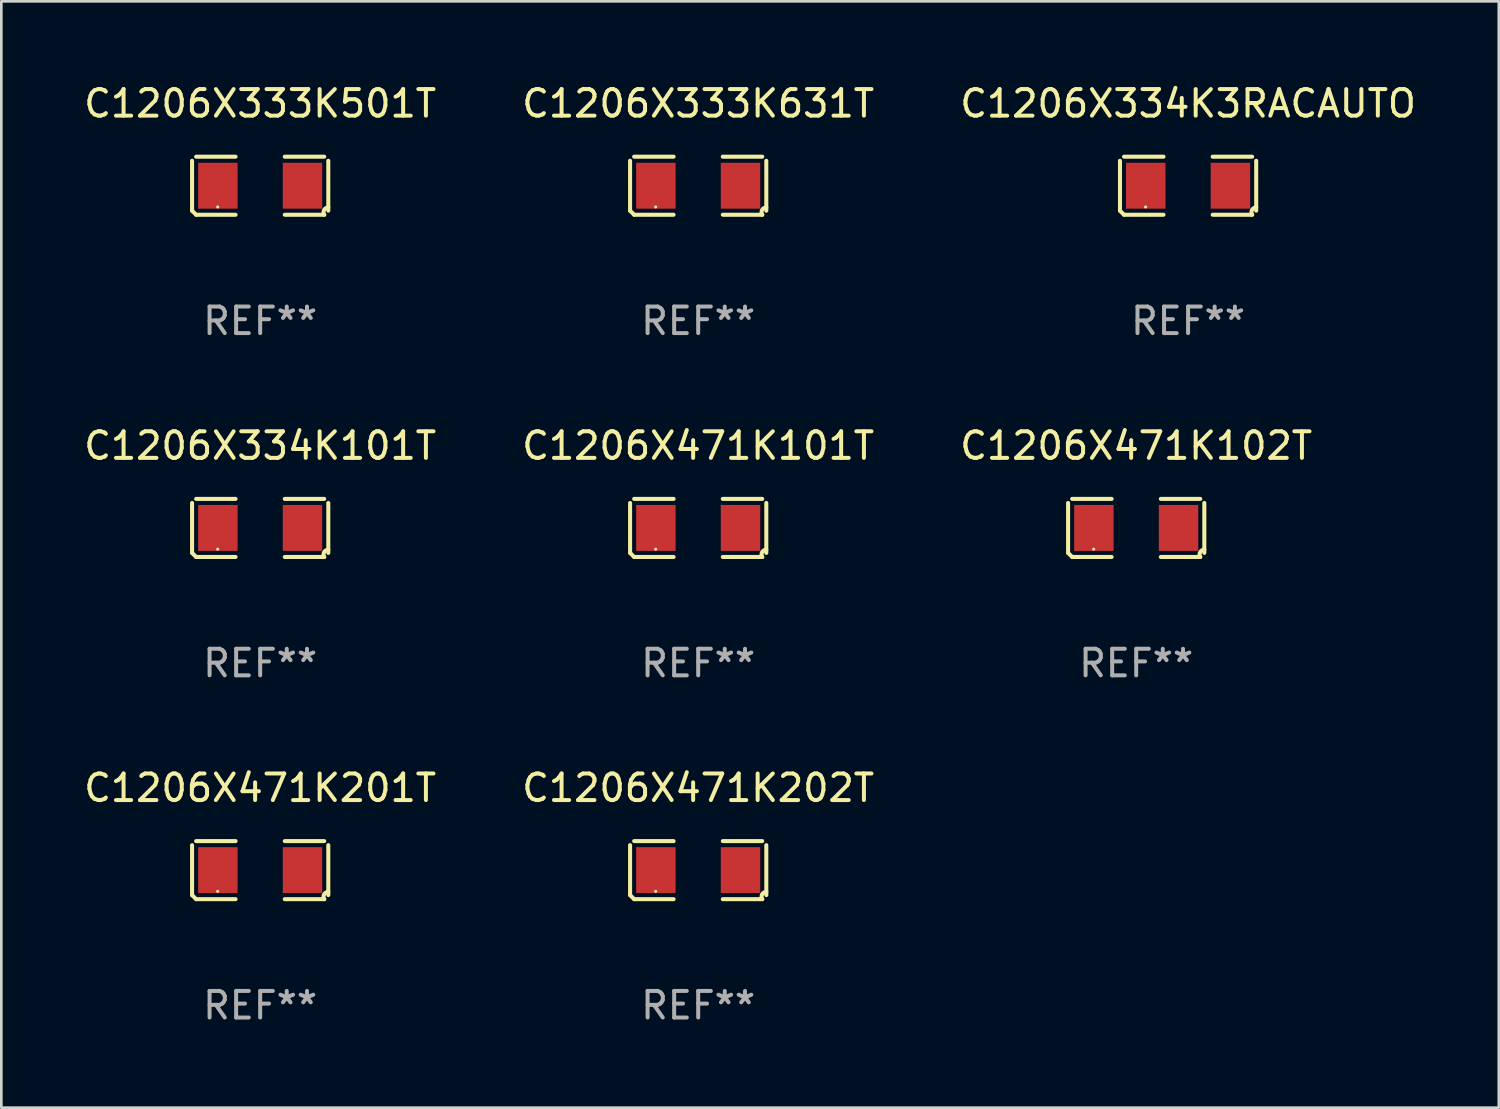
<source format=kicad_pcb>
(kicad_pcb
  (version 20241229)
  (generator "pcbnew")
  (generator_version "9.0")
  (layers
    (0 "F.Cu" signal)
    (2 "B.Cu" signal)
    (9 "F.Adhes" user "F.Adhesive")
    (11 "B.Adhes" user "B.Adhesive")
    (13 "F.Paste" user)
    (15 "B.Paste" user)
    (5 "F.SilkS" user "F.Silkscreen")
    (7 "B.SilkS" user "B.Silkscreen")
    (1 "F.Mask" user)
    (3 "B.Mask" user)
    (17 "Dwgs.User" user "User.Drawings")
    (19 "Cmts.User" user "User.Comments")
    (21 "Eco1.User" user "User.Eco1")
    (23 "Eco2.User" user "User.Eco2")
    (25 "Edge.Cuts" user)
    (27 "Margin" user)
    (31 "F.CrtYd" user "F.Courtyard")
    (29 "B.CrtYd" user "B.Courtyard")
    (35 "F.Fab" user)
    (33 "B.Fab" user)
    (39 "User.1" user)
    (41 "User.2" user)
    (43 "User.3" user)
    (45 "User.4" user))
  (footprint "C1206X471K101T"
    (layer "F.Cu")
    (at 23.232 16.823)
    (property "Reference" "C1206X471K101T" (at 0 -3.093 0) (layer "F.SilkS") (effects (font (size 1 1) (thickness 0.15))))
    (attr through_hole)
    (fp_line (start -2.564 0.94) (end -2.564 -0.94) (stroke (width 0.152) (type solid)) (layer "F.SilkS"))
    (fp_line (start -2.411 -1.093) (end -0.926 -1.093) (stroke (width 0.152) (type solid)) (layer "F.SilkS"))
    (fp_line (start -0.926 1.093) (end -2.411 1.093) (stroke (width 0.152) (type solid)) (layer "F.SilkS"))
    (fp_line (start 0.926 1.093) (end 2.411 1.093) (stroke (width 0.152) (type solid)) (layer "F.SilkS"))
    (fp_line (start 2.411 -1.093) (end 0.926 -1.093) (stroke (width 0.152) (type solid)) (layer "F.SilkS"))
    (fp_line (start 2.564 0.94) (end 2.564 -0.94) (stroke (width 0.152) (type solid)) (layer "F.SilkS"))
    (fp_arc (start -2.411201 1.092609) (mid -2.487413 1.01642) (end -2.563602 0.940208) (stroke (width 0.1524) (type solid)) (layer "F.SilkS"))
    (fp_arc (start 2.411201 1.092609) (mid 2.407159 0.911226) (end 2.563602 0.819347) (stroke (width 0.1524) (type solid)) (layer "F.SilkS"))
    (fp_circle (center -1.6 0.8) (end -1.57 0.8) (stroke (width 0.06) (type solid)) (fill no) (layer "F.SilkS"))
    (fp_text user "REF**" (at 0 5.093 0) (layer "F.Fab") (effects (font (size 1 1) (thickness 0.15))))
    (pad "1" smd rect (at -1.593 0) (size 1.485 1.728) (layers "F.Cu" "F.Mask" "F.Paste"))
    (pad "2" smd rect (at 1.593 0) (size 1.485 1.728) (layers "F.Cu" "F.Mask" "F.Paste")))
  (footprint "C1206X471K202T"
    (layer "F.Cu")
    (at 23.232 29.704)
    (property "Reference" "C1206X471K202T" (at 0 -3.093 0) (layer "F.SilkS") (effects (font (size 1 1) (thickness 0.15))))
    (attr through_hole)
    (fp_line (start -2.564 0.94) (end -2.564 -0.94) (stroke (width 0.152) (type solid)) (layer "F.SilkS"))
    (fp_line (start -2.411 -1.093) (end -0.926 -1.093) (stroke (width 0.152) (type solid)) (layer "F.SilkS"))
    (fp_line (start -0.926 1.093) (end -2.411 1.093) (stroke (width 0.152) (type solid)) (layer "F.SilkS"))
    (fp_line (start 0.926 1.093) (end 2.411 1.093) (stroke (width 0.152) (type solid)) (layer "F.SilkS"))
    (fp_line (start 2.411 -1.093) (end 0.926 -1.093) (stroke (width 0.152) (type solid)) (layer "F.SilkS"))
    (fp_line (start 2.564 0.94) (end 2.564 -0.94) (stroke (width 0.152) (type solid)) (layer "F.SilkS"))
    (fp_arc (start -2.411201 1.092609) (mid -2.487413 1.01642) (end -2.563602 0.940208) (stroke (width 0.1524) (type solid)) (layer "F.SilkS"))
    (fp_arc (start 2.411201 1.092609) (mid 2.407159 0.911226) (end 2.563602 0.819347) (stroke (width 0.1524) (type solid)) (layer "F.SilkS"))
    (fp_circle (center -1.6 0.8) (end -1.57 0.8) (stroke (width 0.06) (type solid)) (fill no) (layer "F.SilkS"))
    (fp_text user "REF**" (at 0 5.093 0) (layer "F.Fab") (effects (font (size 1 1) (thickness 0.15))))
    (pad "1" smd rect (at -1.593 0) (size 1.485 1.728) (layers "F.Cu" "F.Mask" "F.Paste"))
    (pad "2" smd rect (at 1.593 0) (size 1.485 1.728) (layers "F.Cu" "F.Mask" "F.Paste")))
  (footprint "C1206X471K201T"
    (layer "F.Cu")
    (at 6.744 29.704)
    (property "Reference" "C1206X471K201T" (at 0 -3.093 0) (layer "F.SilkS") (effects (font (size 1 1) (thickness 0.15))))
    (attr through_hole)
    (fp_line (start -2.564 0.94) (end -2.564 -0.94) (stroke (width 0.152) (type solid)) (layer "F.SilkS"))
    (fp_line (start -2.411 -1.093) (end -0.926 -1.093) (stroke (width 0.152) (type solid)) (layer "F.SilkS"))
    (fp_line (start -0.926 1.093) (end -2.411 1.093) (stroke (width 0.152) (type solid)) (layer "F.SilkS"))
    (fp_line (start 0.926 1.093) (end 2.411 1.093) (stroke (width 0.152) (type solid)) (layer "F.SilkS"))
    (fp_line (start 2.411 -1.093) (end 0.926 -1.093) (stroke (width 0.152) (type solid)) (layer "F.SilkS"))
    (fp_line (start 2.564 0.94) (end 2.564 -0.94) (stroke (width 0.152) (type solid)) (layer "F.SilkS"))
    (fp_arc (start -2.411201 1.092609) (mid -2.487413 1.01642) (end -2.563602 0.940208) (stroke (width 0.1524) (type solid)) (layer "F.SilkS"))
    (fp_arc (start 2.411201 1.092609) (mid 2.407159 0.911226) (end 2.563602 0.819347) (stroke (width 0.1524) (type solid)) (layer "F.SilkS"))
    (fp_circle (center -1.6 0.8) (end -1.57 0.8) (stroke (width 0.06) (type solid)) (fill no) (layer "F.SilkS"))
    (fp_text user "REF**" (at 0 5.093 0) (layer "F.Fab") (effects (font (size 1 1) (thickness 0.15))))
    (pad "1" smd rect (at -1.593 0) (size 1.485 1.728) (layers "F.Cu" "F.Mask" "F.Paste"))
    (pad "2" smd rect (at 1.593 0) (size 1.485 1.728) (layers "F.Cu" "F.Mask" "F.Paste")))
  (footprint "C1206X333K501T"
    (layer "F.Cu")
    (at 6.744 3.941)
    (property "Reference" "C1206X333K501T" (at 0 -3.093 0) (layer "F.SilkS") (effects (font (size 1 1) (thickness 0.15))))
    (attr through_hole)
    (fp_line (start -2.564 0.94) (end -2.564 -0.94) (stroke (width 0.152) (type solid)) (layer "F.SilkS"))
    (fp_line (start -2.411 -1.093) (end -0.926 -1.093) (stroke (width 0.152) (type solid)) (layer "F.SilkS"))
    (fp_line (start -0.926 1.093) (end -2.411 1.093) (stroke (width 0.152) (type solid)) (layer "F.SilkS"))
    (fp_line (start 0.926 1.093) (end 2.411 1.093) (stroke (width 0.152) (type solid)) (layer "F.SilkS"))
    (fp_line (start 2.411 -1.093) (end 0.926 -1.093) (stroke (width 0.152) (type solid)) (layer "F.SilkS"))
    (fp_line (start 2.564 0.94) (end 2.564 -0.94) (stroke (width 0.152) (type solid)) (layer "F.SilkS"))
    (fp_arc (start -2.411201 1.092609) (mid -2.487413 1.01642) (end -2.563602 0.940208) (stroke (width 0.1524) (type solid)) (layer "F.SilkS"))
    (fp_arc (start 2.411201 1.092609) (mid 2.407159 0.911226) (end 2.563602 0.819347) (stroke (width 0.1524) (type solid)) (layer "F.SilkS"))
    (fp_circle (center -1.6 0.8) (end -1.57 0.8) (stroke (width 0.06) (type solid)) (fill no) (layer "F.SilkS"))
    (fp_text user "REF**" (at 0 5.093 0) (layer "F.Fab") (effects (font (size 1 1) (thickness 0.15))))
    (pad "1" smd rect (at -1.593 0) (size 1.485 1.728) (layers "F.Cu" "F.Mask" "F.Paste"))
    (pad "2" smd rect (at 1.593 0) (size 1.485 1.728) (layers "F.Cu" "F.Mask" "F.Paste")))
  (footprint "C1206X333K631T"
    (layer "F.Cu")
    (at 23.232 3.941)
    (property "Reference" "C1206X333K631T" (at 0 -3.093 0) (layer "F.SilkS") (effects (font (size 1 1) (thickness 0.15))))
    (attr through_hole)
    (fp_line (start -2.564 0.94) (end -2.564 -0.94) (stroke (width 0.152) (type solid)) (layer "F.SilkS"))
    (fp_line (start -2.411 -1.093) (end -0.926 -1.093) (stroke (width 0.152) (type solid)) (layer "F.SilkS"))
    (fp_line (start -0.926 1.093) (end -2.411 1.093) (stroke (width 0.152) (type solid)) (layer "F.SilkS"))
    (fp_line (start 0.926 1.093) (end 2.411 1.093) (stroke (width 0.152) (type solid)) (layer "F.SilkS"))
    (fp_line (start 2.411 -1.093) (end 0.926 -1.093) (stroke (width 0.152) (type solid)) (layer "F.SilkS"))
    (fp_line (start 2.564 0.94) (end 2.564 -0.94) (stroke (width 0.152) (type solid)) (layer "F.SilkS"))
    (fp_arc (start -2.411201 1.092609) (mid -2.487413 1.01642) (end -2.563602 0.940208) (stroke (width 0.1524) (type solid)) (layer "F.SilkS"))
    (fp_arc (start 2.411201 1.092609) (mid 2.407159 0.911226) (end 2.563602 0.819347) (stroke (width 0.1524) (type solid)) (layer "F.SilkS"))
    (fp_circle (center -1.6 0.8) (end -1.57 0.8) (stroke (width 0.06) (type solid)) (fill no) (layer "F.SilkS"))
    (fp_text user "REF**" (at 0 5.093 0) (layer "F.Fab") (effects (font (size 1 1) (thickness 0.15))))
    (pad "1" smd rect (at -1.593 0) (size 1.485 1.728) (layers "F.Cu" "F.Mask" "F.Paste"))
    (pad "2" smd rect (at 1.593 0) (size 1.485 1.728) (layers "F.Cu" "F.Mask" "F.Paste")))
  (footprint "C1206X334K3RACAUTO"
    (layer "F.Cu")
    (at 41.673 3.941)
    (property "Reference" "C1206X334K3RACAUTO" (at 0 -3.093 0) (layer "F.SilkS") (effects (font (size 1 1) (thickness 0.15))))
    (attr through_hole)
    (fp_line (start -2.564 0.94) (end -2.564 -0.94) (stroke (width 0.152) (type solid)) (layer "F.SilkS"))
    (fp_line (start -2.411 -1.093) (end -0.926 -1.093) (stroke (width 0.152) (type solid)) (layer "F.SilkS"))
    (fp_line (start -0.926 1.093) (end -2.411 1.093) (stroke (width 0.152) (type solid)) (layer "F.SilkS"))
    (fp_line (start 0.926 1.093) (end 2.411 1.093) (stroke (width 0.152) (type solid)) (layer "F.SilkS"))
    (fp_line (start 2.411 -1.093) (end 0.926 -1.093) (stroke (width 0.152) (type solid)) (layer "F.SilkS"))
    (fp_line (start 2.564 0.94) (end 2.564 -0.94) (stroke (width 0.152) (type solid)) (layer "F.SilkS"))
    (fp_arc (start -2.411201 1.092609) (mid -2.487413 1.01642) (end -2.563602 0.940208) (stroke (width 0.1524) (type solid)) (layer "F.SilkS"))
    (fp_arc (start 2.411201 1.092609) (mid 2.407159 0.911226) (end 2.563602 0.819347) (stroke (width 0.1524) (type solid)) (layer "F.SilkS"))
    (fp_circle (center -1.6 0.8) (end -1.57 0.8) (stroke (width 0.06) (type solid)) (fill no) (layer "F.SilkS"))
    (fp_text user "REF**" (at 0 5.093 0) (layer "F.Fab") (effects (font (size 1 1) (thickness 0.15))))
    (pad "1" smd rect (at -1.593 0) (size 1.485 1.728) (layers "F.Cu" "F.Mask" "F.Paste"))
    (pad "2" smd rect (at 1.593 0) (size 1.485 1.728) (layers "F.Cu" "F.Mask" "F.Paste")))
  (footprint "C1206X471K102T"
    (layer "F.Cu")
    (at 39.72 16.823)
    (property "Reference" "C1206X471K102T" (at 0 -3.093 0) (layer "F.SilkS") (effects (font (size 1 1) (thickness 0.15))))
    (attr through_hole)
    (fp_line (start -2.564 0.94) (end -2.564 -0.94) (stroke (width 0.152) (type solid)) (layer "F.SilkS"))
    (fp_line (start -2.411 -1.093) (end -0.926 -1.093) (stroke (width 0.152) (type solid)) (layer "F.SilkS"))
    (fp_line (start -0.926 1.093) (end -2.411 1.093) (stroke (width 0.152) (type solid)) (layer "F.SilkS"))
    (fp_line (start 0.926 1.093) (end 2.411 1.093) (stroke (width 0.152) (type solid)) (layer "F.SilkS"))
    (fp_line (start 2.411 -1.093) (end 0.926 -1.093) (stroke (width 0.152) (type solid)) (layer "F.SilkS"))
    (fp_line (start 2.564 0.94) (end 2.564 -0.94) (stroke (width 0.152) (type solid)) (layer "F.SilkS"))
    (fp_arc (start -2.411201 1.092609) (mid -2.487413 1.01642) (end -2.563602 0.940208) (stroke (width 0.1524) (type solid)) (layer "F.SilkS"))
    (fp_arc (start 2.411201 1.092609) (mid 2.407159 0.911226) (end 2.563602 0.819347) (stroke (width 0.1524) (type solid)) (layer "F.SilkS"))
    (fp_circle (center -1.6 0.8) (end -1.57 0.8) (stroke (width 0.06) (type solid)) (fill no) (layer "F.SilkS"))
    (fp_text user "REF**" (at 0 5.093 0) (layer "F.Fab") (effects (font (size 1 1) (thickness 0.15))))
    (pad "1" smd rect (at -1.593 0) (size 1.485 1.728) (layers "F.Cu" "F.Mask" "F.Paste"))
    (pad "2" smd rect (at 1.593 0) (size 1.485 1.728) (layers "F.Cu" "F.Mask" "F.Paste")))
  (footprint "C1206X334K101T"
    (layer "F.Cu")
    (at 6.744 16.823)
    (property "Reference" "C1206X334K101T" (at 0 -3.093 0) (layer "F.SilkS") (effects (font (size 1 1) (thickness 0.15))))
    (attr through_hole)
    (fp_line (start -2.564 0.94) (end -2.564 -0.94) (stroke (width 0.152) (type solid)) (layer "F.SilkS"))
    (fp_line (start -2.411 -1.093) (end -0.926 -1.093) (stroke (width 0.152) (type solid)) (layer "F.SilkS"))
    (fp_line (start -0.926 1.093) (end -2.411 1.093) (stroke (width 0.152) (type solid)) (layer "F.SilkS"))
    (fp_line (start 0.926 1.093) (end 2.411 1.093) (stroke (width 0.152) (type solid)) (layer "F.SilkS"))
    (fp_line (start 2.411 -1.093) (end 0.926 -1.093) (stroke (width 0.152) (type solid)) (layer "F.SilkS"))
    (fp_line (start 2.564 0.94) (end 2.564 -0.94) (stroke (width 0.152) (type solid)) (layer "F.SilkS"))
    (fp_arc (start -2.411201 1.092609) (mid -2.487413 1.01642) (end -2.563602 0.940208) (stroke (width 0.1524) (type solid)) (layer "F.SilkS"))
    (fp_arc (start 2.411201 1.092609) (mid 2.407159 0.911226) (end 2.563602 0.819347) (stroke (width 0.1524) (type solid)) (layer "F.SilkS"))
    (fp_circle (center -1.6 0.8) (end -1.57 0.8) (stroke (width 0.06) (type solid)) (fill no) (layer "F.SilkS"))
    (fp_text user "REF**" (at 0 5.093 0) (layer "F.Fab") (effects (font (size 1 1) (thickness 0.15))))
    (pad "1" smd rect (at -1.593 0) (size 1.485 1.728) (layers "F.Cu" "F.Mask" "F.Paste"))
    (pad "2" smd rect (at 1.593 0) (size 1.485 1.728) (layers "F.Cu" "F.Mask" "F.Paste")))
  (gr_rect
    (start -3 -3)
    (end 53.369 38.645)
    (stroke (width 0.1) (type default))
    (fill no)
    (layer "Edge.Cuts")))
</source>
